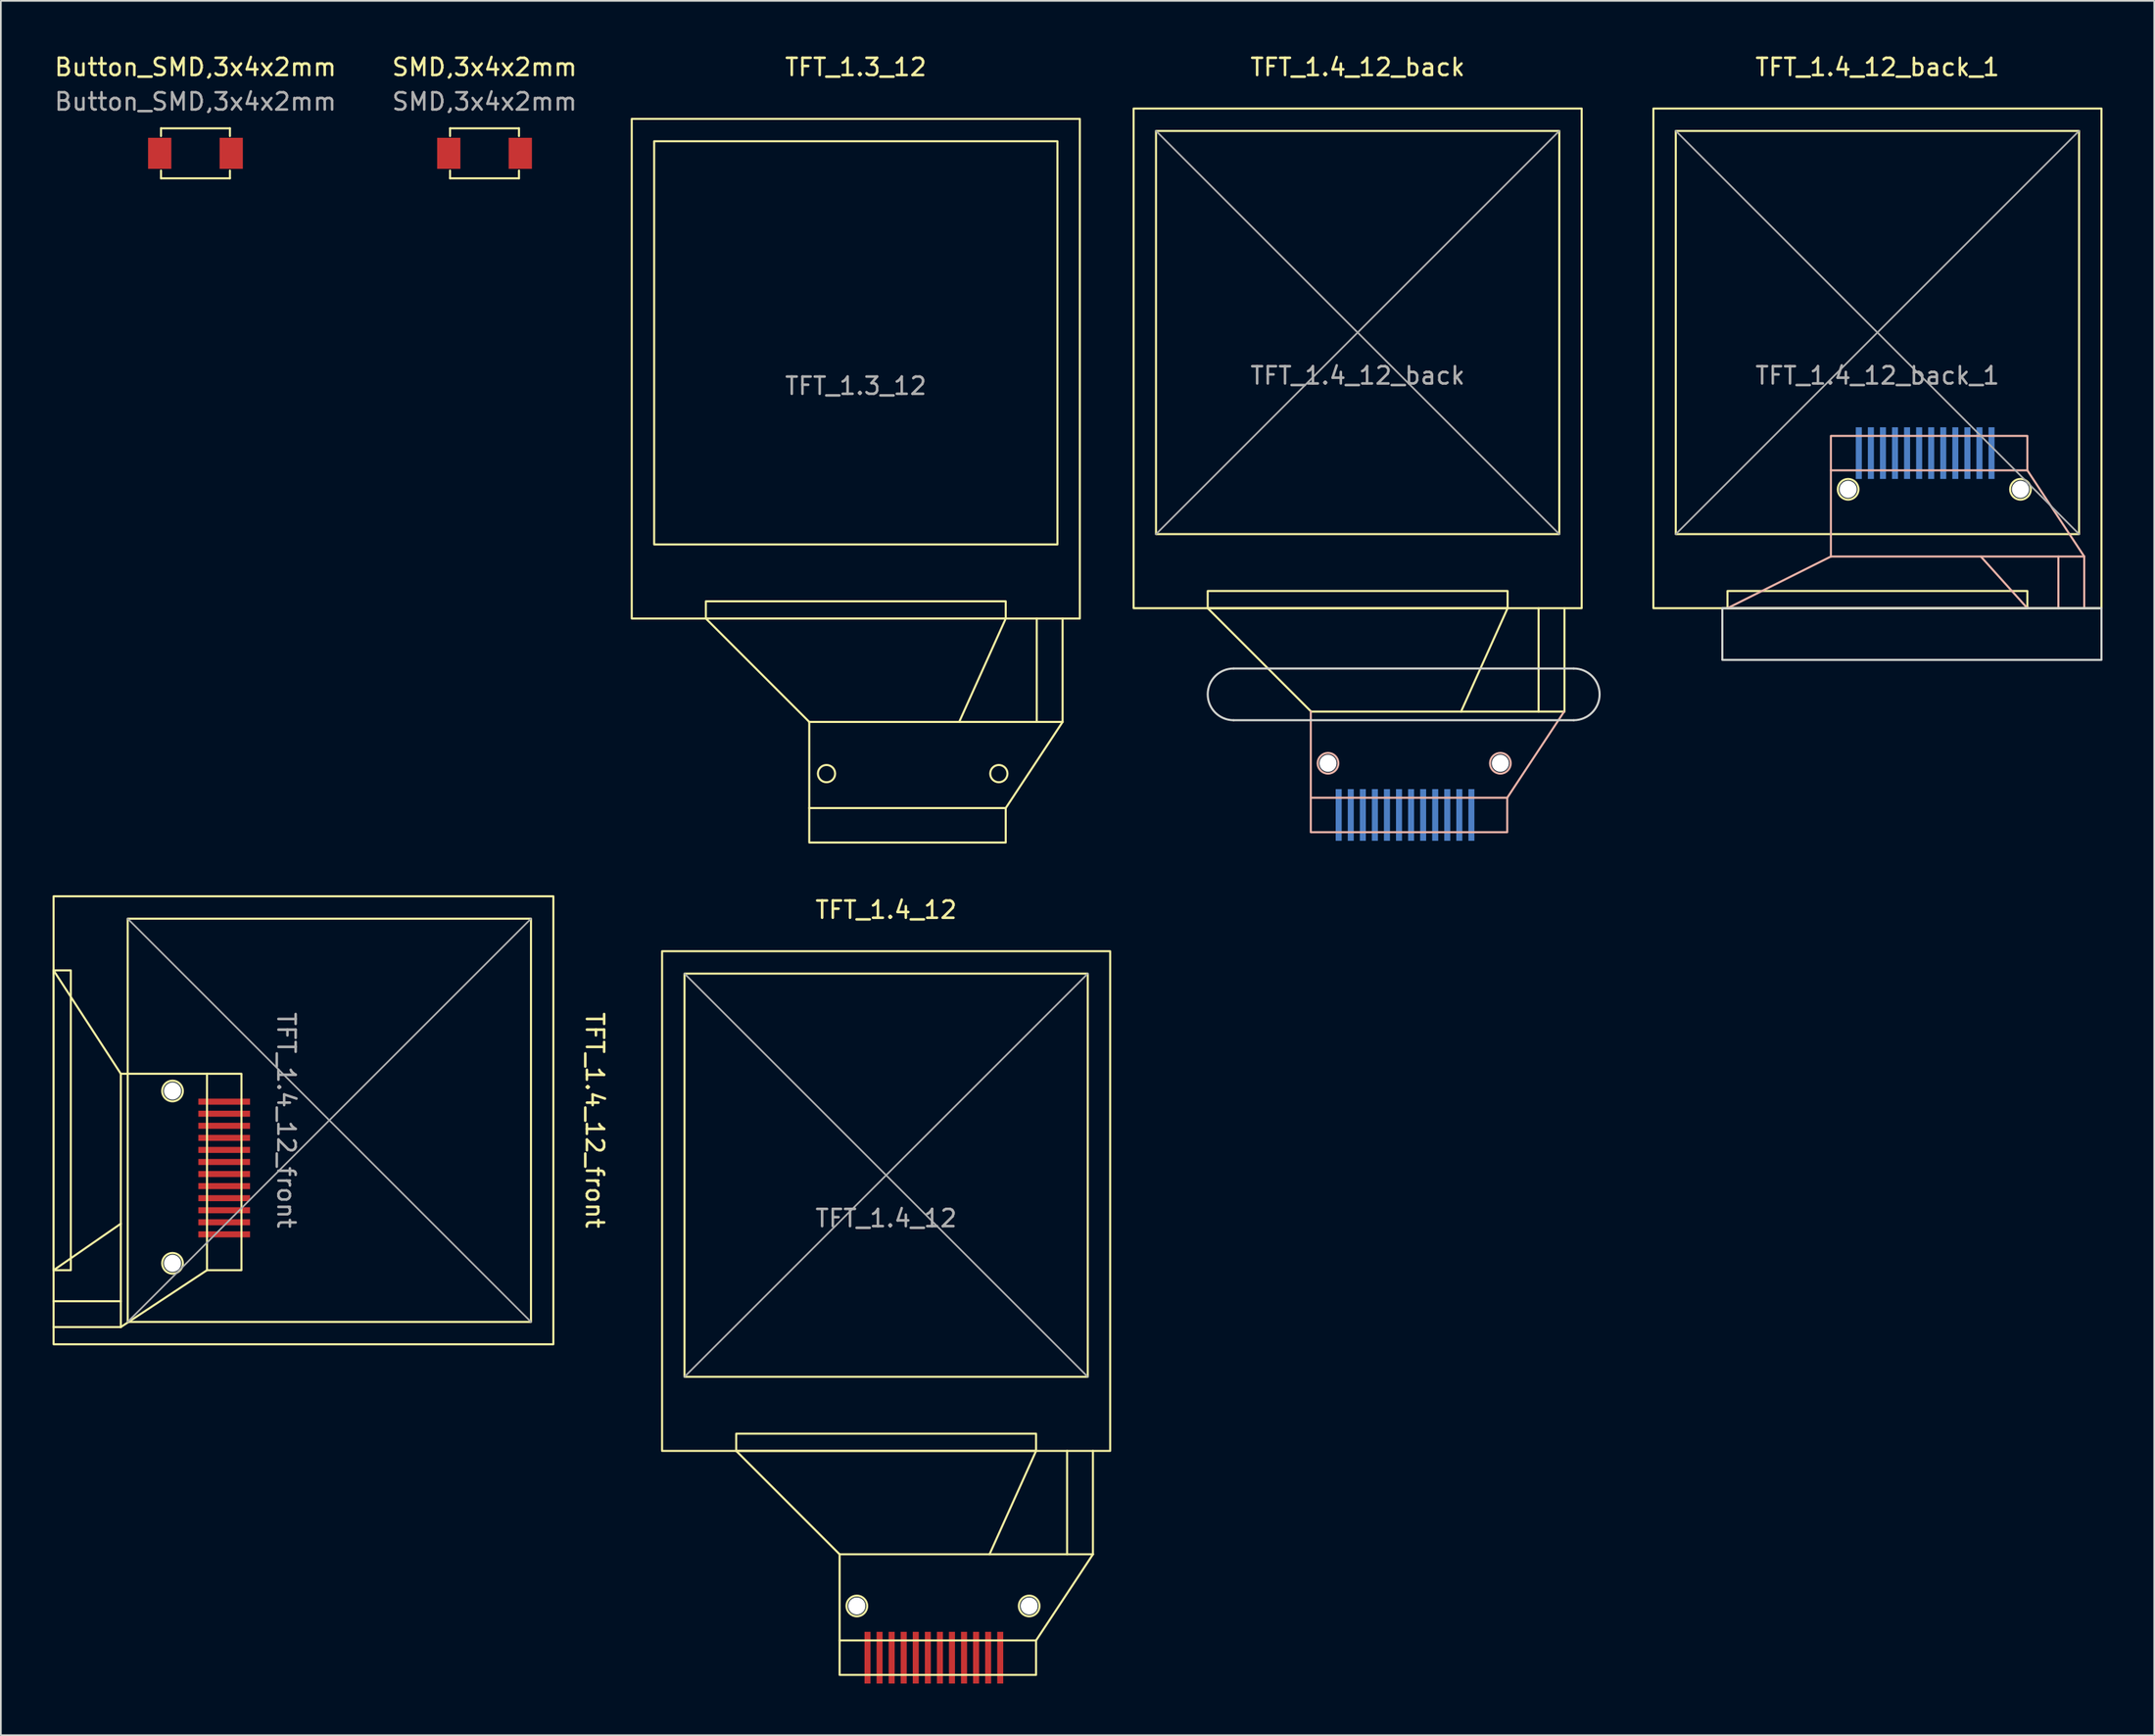
<source format=kicad_pcb>
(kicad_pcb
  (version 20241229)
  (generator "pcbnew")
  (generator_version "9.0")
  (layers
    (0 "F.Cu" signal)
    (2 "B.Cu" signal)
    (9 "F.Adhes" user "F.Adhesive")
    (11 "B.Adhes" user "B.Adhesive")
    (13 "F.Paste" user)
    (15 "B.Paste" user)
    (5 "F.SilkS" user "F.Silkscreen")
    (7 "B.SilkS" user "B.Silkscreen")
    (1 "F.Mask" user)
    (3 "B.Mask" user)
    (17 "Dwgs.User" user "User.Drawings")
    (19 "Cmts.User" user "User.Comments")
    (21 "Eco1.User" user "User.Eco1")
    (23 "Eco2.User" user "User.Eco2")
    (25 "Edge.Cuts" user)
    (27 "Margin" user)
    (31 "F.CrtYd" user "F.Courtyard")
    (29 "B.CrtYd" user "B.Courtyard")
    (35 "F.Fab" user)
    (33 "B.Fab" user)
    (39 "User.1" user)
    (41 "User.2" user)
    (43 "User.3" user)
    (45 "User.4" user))
  (footprint "TFT_1.4_12_back_1"
    (layer "F.Cu")
    (at 105.888 16.248)
    (property "Reference" "TFT_1.4_12_back_1" (at 0 -15.4 0) (unlocked yes) (layer "F.SilkS") (effects (font (size 1 1) (thickness 0.15))))
    (attr smd)
    (fp_rect (start -13 -13) (end 13 16) (stroke (width 0.12) (type solid)) (fill no) (layer "F.SilkS"))
    (fp_rect (start -11.7 11.7) (end 11.7 -11.7) (stroke (width 0.12) (type solid)) (fill no) (layer "F.SilkS"))
    (fp_rect (start -8.7 16) (end 8.7 15) (stroke (width 0.12) (type solid)) (fill no) (layer "F.SilkS"))
    (fp_circle (center -1.7 9.1) (end -1.1 9.1) (stroke (width 0.12) (type solid)) (fill no) (layer "F.SilkS"))
    (fp_circle (center 8.3 9.1) (end 8.9 9.1) (stroke (width 0.12) (type solid)) (fill no) (layer "F.SilkS"))
    (fp_line (start -8.7 16) (end -2.7 13) (stroke (width 0.12) (type solid)) (layer "B.SilkS"))
    (fp_line (start -2.7 8) (end -2.7 13) (stroke (width 0.12) (type solid)) (layer "B.SilkS"))
    (fp_line (start -2.7 13) (end 12 13) (stroke (width 0.12) (type solid)) (layer "B.SilkS"))
    (fp_line (start 8.7 16) (end 6 13) (stroke (width 0.12) (type solid)) (layer "B.SilkS"))
    (fp_line (start 10.5 16) (end 10.5 13) (stroke (width 0.12) (type solid)) (layer "B.SilkS"))
    (fp_line (start 12 13) (end 8.7 8) (stroke (width 0.12) (type solid)) (layer "B.SilkS"))
    (fp_line (start 12 13) (end 12 16) (stroke (width 0.12) (type solid)) (layer "B.SilkS"))
    (fp_rect (start -2.7 6) (end 8.7 8) (stroke (width 0.12) (type solid)) (fill no) (layer "B.SilkS"))
    (fp_rect (start -9 16) (end 13 19) (stroke (width 0.12) (type solid)) (fill no) (layer "Edge.Cuts"))
    (fp_line (start -11.7 -11.7) (end 11.7 11.7) (stroke (width 0.1) (type solid)) (layer "F.Fab"))
    (fp_line (start -11.7 11.7) (end 11.7 -11.7) (stroke (width 0.1) (type solid)) (layer "F.Fab"))
    (fp_text user "${REFERENCE}" (at 0 2.5 0) (unlocked yes) (layer "F.Fab") (effects (font (size 1 1) (thickness 0.15))))
    (pad "" np_thru_hole circle (at -1.7 9.1 180) (size 1 1) (drill 1) (layers "*.Cu" "*.Mask"))
    (pad "" np_thru_hole circle (at 8.3 9.1 180) (size 1 1) (drill 1) (layers "*.Cu" "*.Mask"))
    (pad "1" smd rect (at 6.62 7) (size 0.35 3) (layers "B.Cu" "B.Mask" "B.Paste"))
    (pad "2" smd rect (at 5.92 7) (size 0.35 3) (layers "B.Cu" "B.Mask" "B.Paste"))
    (pad "3" smd rect (at 5.22 7) (size 0.35 3) (layers "B.Cu" "B.Mask" "B.Paste"))
    (pad "4" smd rect (at 4.52 7) (size 0.35 3) (layers "B.Cu" "B.Mask" "B.Paste"))
    (pad "5" smd rect (at 3.82 7) (size 0.35 3) (layers "B.Cu" "B.Mask" "B.Paste"))
    (pad "6" smd rect (at 3.12 7) (size 0.35 3) (layers "B.Cu" "B.Mask" "B.Paste"))
    (pad "7" smd rect (at 2.42 7) (size 0.35 3) (layers "B.Cu" "B.Mask" "B.Paste"))
    (pad "8" smd rect (at 1.72 7) (size 0.35 3) (layers "B.Cu" "B.Mask" "B.Paste"))
    (pad "9" smd rect (at 1.02 7) (size 0.35 3) (layers "B.Cu" "B.Mask" "B.Paste"))
    (pad "10" smd rect (at 0.32 7) (size 0.35 3) (layers "B.Cu" "B.Mask" "B.Paste"))
    (pad "11" smd rect (at -0.38 7) (size 0.35 3) (layers "B.Cu" "B.Mask" "B.Paste"))
    (pad "12" smd rect (at -1.08 7) (size 0.35 3) (layers "B.Cu" "B.Mask" "B.Paste")))
  (footprint "TFT_1.3_12"
    (layer "F.Cu")
    (at 46.608 16.848)
    (property "Reference" "TFT_1.3_12" (at 0 -16 0) (unlocked yes) (layer "F.SilkS") (effects (font (size 1 1) (thickness 0.15))))
    (attr smd)
    (fp_line (start -8.7 16) (end -2.7 22) (stroke (width 0.12) (type solid)) (layer "F.SilkS"))
    (fp_line (start -2.7 22) (end 12 22) (stroke (width 0.12) (type solid)) (layer "F.SilkS"))
    (fp_line (start -2.7 27) (end -2.7 22) (stroke (width 0.12) (type solid)) (layer "F.SilkS"))
    (fp_line (start 8.7 16) (end 6 22) (stroke (width 0.12) (type solid)) (layer "F.SilkS"))
    (fp_line (start 10.5 16) (end 10.5 22) (stroke (width 0.12) (type solid)) (layer "F.SilkS"))
    (fp_line (start 12 22) (end 8.7 27) (stroke (width 0.12) (type solid)) (layer "F.SilkS"))
    (fp_line (start 12 22) (end 12 16) (stroke (width 0.12) (type solid)) (layer "F.SilkS"))
    (fp_rect (start -13 -13) (end 13 16) (stroke (width 0.12) (type solid)) (fill no) (layer "F.SilkS"))
    (fp_rect (start -11.7 11.7) (end 11.7 -11.7) (stroke (width 0.12) (type solid)) (fill no) (layer "F.SilkS"))
    (fp_rect (start -8.7 16) (end 8.7 15) (stroke (width 0.12) (type solid)) (fill no) (layer "F.SilkS"))
    (fp_rect (start -2.7 29) (end 8.7 27) (stroke (width 0.12) (type solid)) (fill no) (layer "F.SilkS"))
    (fp_circle (center -1.7 25) (end -1.2 25) (stroke (width 0.12) (type solid)) (fill no) (layer "F.SilkS"))
    (fp_circle (center 8.3 25) (end 8.8 25) (stroke (width 0.12) (type solid)) (fill no) (layer "F.SilkS"))
    (fp_text user "${REFERENCE}" (at 0 2.5 0) (unlocked yes) (layer "F.Fab") (effects (font (size 1 1) (thickness 0.15)))))
  (footprint "TFT_1.4_12_front"
    (layer "F.Cu")
    (at 16.06 61.968)
    (property "Reference" "TFT_1.4_12_front" (at 15.4 0 270) (unlocked yes) (layer "F.SilkS") (effects (font (size 1 1) (thickness 0.15))))
    (attr smd)
    (fp_line (start -16 -8.7) (end -12.1 -2.7) (stroke (width 0.12) (type solid)) (layer "F.SilkS"))
    (fp_line (start -16 8.7) (end -12.1 6) (stroke (width 0.12) (type solid)) (layer "F.SilkS"))
    (fp_line (start -16 10.5) (end -12.1 10.5) (stroke (width 0.12) (type solid)) (layer "F.SilkS"))
    (fp_line (start -12.1 -2.7) (end -12.1 12) (stroke (width 0.12) (type solid)) (layer "F.SilkS"))
    (fp_line (start -12.1 12) (end -16 12) (stroke (width 0.12) (type solid)) (layer "F.SilkS"))
    (fp_line (start -12.1 12) (end -7.1 8.7) (stroke (width 0.12) (type solid)) (layer "F.SilkS"))
    (fp_line (start -7.1 -2.7) (end -12.1 -2.7) (stroke (width 0.12) (type solid)) (layer "F.SilkS"))
    (fp_rect (start -16 -8.7) (end -15 8.7) (stroke (width 0.12) (type solid)) (fill no) (layer "F.SilkS"))
    (fp_rect (start -11.7 -11.7) (end 11.7 11.7) (stroke (width 0.12) (type solid)) (fill no) (layer "F.SilkS"))
    (fp_rect (start -5.1 -2.7) (end -7.1 8.7) (stroke (width 0.12) (type solid)) (fill no) (layer "F.SilkS"))
    (fp_rect (start 13 -13) (end -16 13) (stroke (width 0.12) (type solid)) (fill no) (layer "F.SilkS"))
    (fp_circle (center -9.1 -1.7) (end -9.1 -1.1) (stroke (width 0.12) (type solid)) (fill no) (layer "F.SilkS"))
    (fp_circle (center -9.1 8.3) (end -9.1 8.9) (stroke (width 0.12) (type solid)) (fill no) (layer "F.SilkS"))
    (fp_line (start -11.7 -11.7) (end 11.7 11.7) (stroke (width 0.1) (type solid)) (layer "F.Fab"))
    (fp_line (start 11.7 -11.7) (end -11.7 11.7) (stroke (width 0.1) (type solid)) (layer "F.Fab"))
    (fp_text user "${REFERENCE}" (at -2.5 0 270) (unlocked yes) (layer "F.Fab") (effects (font (size 1 1) (thickness 0.15))))
    (pad "" np_thru_hole circle (at -9.1 -1.7 90) (size 1 1) (drill 1) (layers "*.Cu" "*.Mask"))
    (pad "" np_thru_hole circle (at -9.1 8.3 90) (size 1 1) (drill 1) (layers "*.Cu" "*.Mask"))
    (pad "1" smd rect (at -6.1 6.62 270) (size 0.35 3) (layers "F.Cu" "F.Mask" "F.Paste"))
    (pad "2" smd rect (at -6.1 5.92 270) (size 0.35 3) (layers "F.Cu" "F.Mask" "F.Paste"))
    (pad "3" smd rect (at -6.1 5.22 270) (size 0.35 3) (layers "F.Cu" "F.Mask" "F.Paste"))
    (pad "4" smd rect (at -6.1 4.52 270) (size 0.35 3) (layers "F.Cu" "F.Mask" "F.Paste"))
    (pad "5" smd rect (at -6.1 3.82 270) (size 0.35 3) (layers "F.Cu" "F.Mask" "F.Paste"))
    (pad "6" smd rect (at -6.1 3.12 270) (size 0.35 3) (layers "F.Cu" "F.Mask" "F.Paste"))
    (pad "7" smd rect (at -6.1 2.42 270) (size 0.35 3) (layers "F.Cu" "F.Mask" "F.Paste"))
    (pad "8" smd rect (at -6.1 1.72 270) (size 0.35 3) (layers "F.Cu" "F.Mask" "F.Paste"))
    (pad "9" smd rect (at -6.1 1.02 270) (size 0.35 3) (layers "F.Cu" "F.Mask" "F.Paste"))
    (pad "10" smd rect (at -6.1 0.32 270) (size 0.35 3) (layers "F.Cu" "F.Mask" "F.Paste"))
    (pad "11" smd rect (at -6.1 -0.38 270) (size 0.35 3) (layers "F.Cu" "F.Mask" "F.Paste"))
    (pad "12" smd rect (at -6.1 -1.08 270) (size 0.35 3) (layers "F.Cu" "F.Mask" "F.Paste")))
  (footprint "SMD,3x4x2mm"
    (layer "F.Cu")
    (at 25.065 5.848)
    (property "Reference" "SMD,3x4x2mm" (at 0 -5 0) (unlocked yes) (layer "F.SilkS") (effects (font (size 1 1) (thickness 0.15))))
    (attr smd)
    (fp_line (start -2 -1.45) (end 2 -1.45) (stroke (width 0.12) (type solid)) (layer "F.SilkS"))
    (fp_line (start -2 -1) (end -2 -1.45) (stroke (width 0.12) (type solid)) (layer "F.SilkS"))
    (fp_line (start -2 1.45) (end -2 1) (stroke (width 0.12) (type solid)) (layer "F.SilkS"))
    (fp_line (start 2 -1.45) (end 2 -1) (stroke (width 0.12) (type solid)) (layer "F.SilkS"))
    (fp_line (start 2 1) (end 2 1.45) (stroke (width 0.12) (type solid)) (layer "F.SilkS"))
    (fp_line (start 2 1.45) (end -2 1.45) (stroke (width 0.12) (type solid)) (layer "F.SilkS"))
    (fp_text user "${REFERENCE}" (at 0 -3 0) (unlocked yes) (layer "F.Fab") (effects (font (size 1 1) (thickness 0.15))))
    (pad "1" smd rect (at -2.075 0) (size 1.35 1.8) (property pad_prop_bga) (layers "F.Cu" "F.Mask" "F.Paste"))
    (pad "2" smd rect (at 2.075 0) (size 1.35 1.8) (property pad_prop_bga) (layers "F.Cu" "F.Mask" "F.Paste")))
  (footprint "Button_SMD,3x4x2mm"
    (layer "F.Cu")
    (at 8.292 5.848)
    (property "Reference" "Button_SMD,3x4x2mm" (at 0 -5 0) (unlocked yes) (layer "F.SilkS") (effects (font (size 1 1) (thickness 0.15))))
    (attr smd)
    (fp_line (start -2 -1.45) (end 2 -1.45) (stroke (width 0.12) (type solid)) (layer "F.SilkS"))
    (fp_line (start -2 -1) (end -2 -1.45) (stroke (width 0.12) (type solid)) (layer "F.SilkS"))
    (fp_line (start -2 1.45) (end -2 1) (stroke (width 0.12) (type solid)) (layer "F.SilkS"))
    (fp_line (start 2 -1.45) (end 2 -1) (stroke (width 0.12) (type solid)) (layer "F.SilkS"))
    (fp_line (start 2 1) (end 2 1.45) (stroke (width 0.12) (type solid)) (layer "F.SilkS"))
    (fp_line (start 2 1.45) (end -2 1.45) (stroke (width 0.12) (type solid)) (layer "F.SilkS"))
    (fp_text user "${REFERENCE}" (at 0 -3 0) (unlocked yes) (layer "F.Fab") (effects (font (size 1 1) (thickness 0.15))))
    (pad "1" smd rect (at -2.075 0) (size 1.35 1.8) (property pad_prop_bga) (layers "F.Cu" "F.Mask" "F.Paste"))
    (pad "2" smd rect (at 2.075 0) (size 1.35 1.8) (property pad_prop_bga) (layers "F.Cu" "F.Mask" "F.Paste")))
  (footprint "TFT_1.4_12"
    (layer "F.Cu")
    (at 48.368 65.156)
    (property "Reference" "TFT_1.4_12" (at 0 -15.4 0) (unlocked yes) (layer "F.SilkS") (effects (font (size 1 1) (thickness 0.15))))
    (attr smd)
    (fp_line (start -8.7 16) (end -2.7 22) (stroke (width 0.12) (type solid)) (layer "F.SilkS"))
    (fp_line (start -2.7 22) (end 12 22) (stroke (width 0.12) (type solid)) (layer "F.SilkS"))
    (fp_line (start -2.7 27) (end -2.7 22) (stroke (width 0.12) (type solid)) (layer "F.SilkS"))
    (fp_line (start 8.7 16) (end 6 22) (stroke (width 0.12) (type solid)) (layer "F.SilkS"))
    (fp_line (start 10.5 16) (end 10.5 22) (stroke (width 0.12) (type solid)) (layer "F.SilkS"))
    (fp_line (start 12 22) (end 8.7 27) (stroke (width 0.12) (type solid)) (layer "F.SilkS"))
    (fp_line (start 12 22) (end 12 16) (stroke (width 0.12) (type solid)) (layer "F.SilkS"))
    (fp_rect (start -13 -13) (end 13 16) (stroke (width 0.12) (type solid)) (fill no) (layer "F.SilkS"))
    (fp_rect (start -11.7 11.7) (end 11.7 -11.7) (stroke (width 0.12) (type solid)) (fill no) (layer "F.SilkS"))
    (fp_rect (start -8.7 16) (end 8.7 15) (stroke (width 0.12) (type solid)) (fill no) (layer "F.SilkS"))
    (fp_rect (start -2.7 29) (end 8.7 27) (stroke (width 0.12) (type solid)) (fill no) (layer "F.SilkS"))
    (fp_circle (center -1.7 25) (end -1.1 25) (stroke (width 0.12) (type solid)) (fill no) (layer "F.SilkS"))
    (fp_circle (center 8.3 25) (end 8.9 25) (stroke (width 0.12) (type solid)) (fill no) (layer "F.SilkS"))
    (fp_line (start -11.7 -11.7) (end 11.7 11.7) (stroke (width 0.1) (type solid)) (layer "F.Fab"))
    (fp_line (start -11.7 11.7) (end 11.7 -11.7) (stroke (width 0.1) (type solid)) (layer "F.Fab"))
    (fp_text user "${REFERENCE}" (at 0 2.5 0) (unlocked yes) (layer "F.Fab") (effects (font (size 1 1) (thickness 0.15))))
    (pad "" np_thru_hole circle (at -1.7 25) (size 1 1) (drill 1) (layers "*.Cu" "*.Mask"))
    (pad "" np_thru_hole circle (at 8.3 25) (size 1 1) (drill 1) (layers "*.Cu" "*.Mask"))
    (pad "1" smd rect (at 6.62 28 180) (size 0.35 3) (layers "F.Cu" "F.Mask" "F.Paste"))
    (pad "2" smd rect (at 5.92 28 180) (size 0.35 3) (layers "F.Cu" "F.Mask" "F.Paste"))
    (pad "3" smd rect (at 5.22 28 180) (size 0.35 3) (layers "F.Cu" "F.Mask" "F.Paste"))
    (pad "4" smd rect (at 4.52 28 180) (size 0.35 3) (layers "F.Cu" "F.Mask" "F.Paste"))
    (pad "5" smd rect (at 3.82 28 180) (size 0.35 3) (layers "F.Cu" "F.Mask" "F.Paste"))
    (pad "6" smd rect (at 3.12 28 180) (size 0.35 3) (layers "F.Cu" "F.Mask" "F.Paste"))
    (pad "7" smd rect (at 2.42 28 180) (size 0.35 3) (layers "F.Cu" "F.Mask" "F.Paste"))
    (pad "8" smd rect (at 1.72 28 180) (size 0.35 3) (layers "F.Cu" "F.Mask" "F.Paste"))
    (pad "9" smd rect (at 1.02 28 180) (size 0.35 3) (layers "F.Cu" "F.Mask" "F.Paste"))
    (pad "10" smd rect (at 0.32 28 180) (size 0.35 3) (layers "F.Cu" "F.Mask" "F.Paste"))
    (pad "11" smd rect (at -0.38 28 180) (size 0.35 3) (layers "F.Cu" "F.Mask" "F.Paste"))
    (pad "12" smd rect (at -1.08 28 180) (size 0.35 3) (layers "F.Cu" "F.Mask" "F.Paste")))
  (footprint "TFT_1.4_12_back"
    (layer "F.Cu")
    (at 73.028 38.248)
    (property "Reference" "TFT_1.4_12_back" (at 2.7 -37.4 0) (unlocked yes) (layer "F.SilkS") (effects (font (size 1 1) (thickness 0.15))))
    (attr smd)
    (fp_line (start -6 -6) (end 0 0) (stroke (width 0.12) (type solid)) (layer "F.SilkS"))
    (fp_line (start 0 0) (end 14.7 0) (stroke (width 0.12) (type solid)) (layer "F.SilkS"))
    (fp_line (start 11.4 -6) (end 8.7 0) (stroke (width 0.12) (type solid)) (layer "F.SilkS"))
    (fp_line (start 13.2 -6) (end 13.2 0) (stroke (width 0.12) (type solid)) (layer "F.SilkS"))
    (fp_line (start 14.7 0) (end 14.7 -6) (stroke (width 0.12) (type solid)) (layer "F.SilkS"))
    (fp_rect (start -10.3 -35) (end 15.7 -6) (stroke (width 0.12) (type solid)) (fill no) (layer "F.SilkS"))
    (fp_rect (start -9 -10.3) (end 14.4 -33.7) (stroke (width 0.12) (type solid)) (fill no) (layer "F.SilkS"))
    (fp_rect (start -6 -6) (end 11.4 -7) (stroke (width 0.12) (type solid)) (fill no) (layer "F.SilkS"))
    (fp_line (start -0.02 5) (end -0.02 0) (stroke (width 0.12) (type solid)) (layer "B.SilkS"))
    (fp_line (start 14.68 0) (end 11.38 5) (stroke (width 0.12) (type solid)) (layer "B.SilkS"))
    (fp_rect (start -0.02 7) (end 11.38 5) (stroke (width 0.12) (type solid)) (fill no) (layer "B.SilkS"))
    (fp_circle (center 0.98 3) (end 1.58 3) (stroke (width 0.12) (type solid)) (fill no) (layer "B.SilkS"))
    (fp_circle (center 10.98 3) (end 11.58 3) (stroke (width 0.12) (type solid)) (fill no) (layer "B.SilkS"))
    (fp_line (start -4.5 -2.5) (end 15.24 -2.5) (stroke (width 0.12) (type solid)) (layer "Edge.Cuts"))
    (fp_line (start 15.24 0.5) (end -4.5 0.5) (stroke (width 0.12) (type solid)) (layer "Edge.Cuts"))
    (fp_arc (start -4.5 0.5) (mid -6 -1) (end -4.5 -2.5) (stroke (width 0.12) (type solid)) (layer "Edge.Cuts"))
    (fp_arc (start 15.24 -2.5) (mid 16.74 -1) (end 15.24 0.5) (stroke (width 0.12) (type solid)) (layer "Edge.Cuts"))
    (fp_line (start -9 -33.7) (end 14.4 -10.3) (stroke (width 0.1) (type solid)) (layer "F.Fab"))
    (fp_line (start -9 -10.3) (end 14.4 -33.7) (stroke (width 0.1) (type solid)) (layer "F.Fab"))
    (fp_text user "${REFERENCE}" (at 2.7 -19.5 0) (unlocked yes) (layer "F.Fab") (effects (font (size 1 1) (thickness 0.15))))
    (pad "" np_thru_hole circle (at 0.98 3) (size 1 1) (drill 1) (layers "*.Cu" "*.Mask"))
    (pad "" np_thru_hole circle (at 10.98 3) (size 1 1) (drill 1) (layers "*.Cu" "*.Mask"))
    (pad "1" smd rect (at 9.3 6 180) (size 0.35 3) (layers "B.Cu" "B.Mask" "B.Paste"))
    (pad "2" smd rect (at 8.6 6 180) (size 0.35 3) (layers "B.Cu" "B.Mask" "B.Paste"))
    (pad "3" smd rect (at 7.9 6 180) (size 0.35 3) (layers "B.Cu" "B.Mask" "B.Paste"))
    (pad "4" smd rect (at 7.2 6 180) (size 0.35 3) (layers "B.Cu" "B.Mask" "B.Paste"))
    (pad "5" smd rect (at 6.5 6 180) (size 0.35 3) (layers "B.Cu" "B.Mask" "B.Paste"))
    (pad "6" smd rect (at 5.8 6 180) (size 0.35 3) (layers "B.Cu" "B.Mask" "B.Paste"))
    (pad "7" smd rect (at 5.1 6 180) (size 0.35 3) (layers "B.Cu" "B.Mask" "B.Paste"))
    (pad "8" smd rect (at 4.4 6 180) (size 0.35 3) (layers "B.Cu" "B.Mask" "B.Paste"))
    (pad "9" smd rect (at 3.7 6 180) (size 0.35 3) (layers "B.Cu" "B.Mask" "B.Paste"))
    (pad "10" smd rect (at 3 6 180) (size 0.35 3) (layers "B.Cu" "B.Mask" "B.Paste"))
    (pad "11" smd rect (at 2.3 6 180) (size 0.35 3) (layers "B.Cu" "B.Mask" "B.Paste"))
    (pad "12" smd rect (at 1.6 6 180) (size 0.35 3) (layers "B.Cu" "B.Mask" "B.Paste")))
  (gr_rect
    (start -3 -3)
    (end 121.948 97.656)
    (stroke (width 0.1) (type default))
    (fill no)
    (layer "Edge.Cuts")))
</source>
